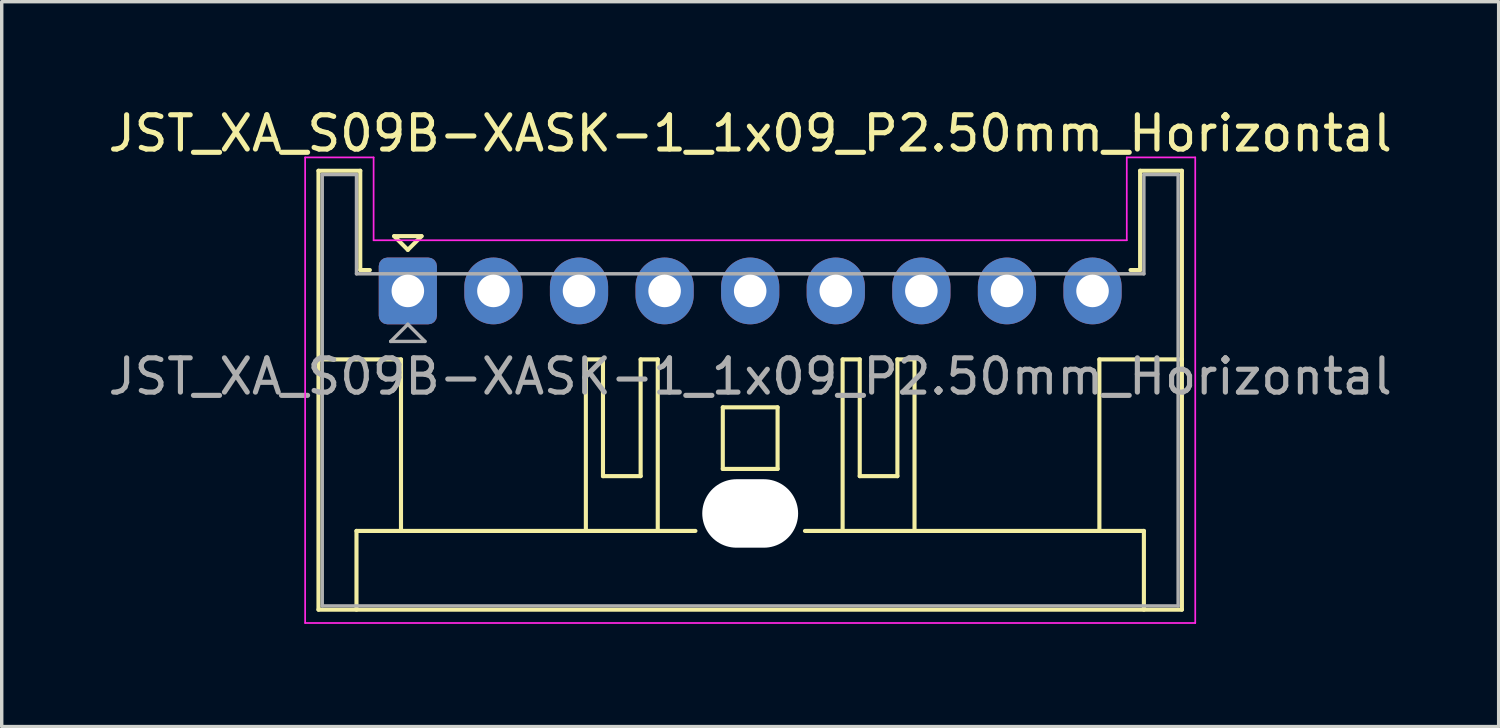
<source format=kicad_pcb>
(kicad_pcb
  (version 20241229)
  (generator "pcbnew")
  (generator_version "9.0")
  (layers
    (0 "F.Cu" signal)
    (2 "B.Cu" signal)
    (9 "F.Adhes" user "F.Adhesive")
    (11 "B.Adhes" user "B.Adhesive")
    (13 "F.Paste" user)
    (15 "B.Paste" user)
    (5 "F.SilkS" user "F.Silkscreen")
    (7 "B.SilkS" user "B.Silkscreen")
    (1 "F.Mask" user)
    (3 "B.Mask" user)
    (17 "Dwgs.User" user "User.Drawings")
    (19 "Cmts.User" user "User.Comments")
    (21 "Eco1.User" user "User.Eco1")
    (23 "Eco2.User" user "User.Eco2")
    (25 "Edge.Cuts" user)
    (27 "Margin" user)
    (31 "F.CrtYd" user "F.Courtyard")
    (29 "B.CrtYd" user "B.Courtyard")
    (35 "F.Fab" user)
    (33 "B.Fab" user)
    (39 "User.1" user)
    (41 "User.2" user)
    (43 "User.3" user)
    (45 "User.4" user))
  (footprint "JST_XA_S09B-XASK-1_1x09_P2.50mm_Horizontal"
    (layer "F.Cu")
    (at 8.863 5.448)
    (property "Reference" "JST_XA_S09B-XASK-1_1x09_P2.50mm_Horizontal" (at 10 -4.6 0) (layer "F.SilkS") (effects (font (size 1 1) (thickness 0.15))))
    (attr through_hole)
    (fp_line (start -2.61 -3.51) (end -2.61 9.31) (stroke (width 0.12) (type solid)) (layer "F.SilkS"))
    (fp_line (start -2.61 9.31) (end 22.61 9.31) (stroke (width 0.12) (type solid)) (layer "F.SilkS"))
    (fp_line (start -1.5 7.01) (end 8.4 7.01) (stroke (width 0.12) (type solid)) (layer "F.SilkS"))
    (fp_line (start -1.5 9.31) (end -1.5 7.01) (stroke (width 0.12) (type solid)) (layer "F.SilkS"))
    (fp_line (start -1.39 -3.51) (end -2.61 -3.51) (stroke (width 0.12) (type solid)) (layer "F.SilkS"))
    (fp_line (start -1.39 -0.61) (end -1.39 -3.51) (stroke (width 0.12) (type solid)) (layer "F.SilkS"))
    (fp_line (start -1.11 -0.61) (end -1.39 -0.61) (stroke (width 0.12) (type solid)) (layer "F.SilkS"))
    (fp_line (start -0.4 -1.6) (end 0.4 -1.6) (stroke (width 0.12) (type solid)) (layer "F.SilkS"))
    (fp_line (start -0.2 2) (end -2.61 2) (stroke (width 0.12) (type solid)) (layer "F.SilkS"))
    (fp_line (start -0.2 7.01) (end -0.2 2) (stroke (width 0.12) (type solid)) (layer "F.SilkS"))
    (fp_line (start 0 -1.2) (end -0.4 -1.6) (stroke (width 0.12) (type solid)) (layer "F.SilkS"))
    (fp_line (start 0.4 -1.6) (end 0 -1.2) (stroke (width 0.12) (type solid)) (layer "F.SilkS"))
    (fp_line (start 5.2 2) (end 5.2 7.01) (stroke (width 0.12) (type solid)) (layer "F.SilkS"))
    (fp_line (start 5.7 2) (end 5.2 2) (stroke (width 0.12) (type solid)) (layer "F.SilkS"))
    (fp_line (start 5.7 5.41) (end 5.7 2) (stroke (width 0.12) (type solid)) (layer "F.SilkS"))
    (fp_line (start 6.8 2) (end 6.8 5.41) (stroke (width 0.12) (type solid)) (layer "F.SilkS"))
    (fp_line (start 6.8 5.41) (end 5.7 5.41) (stroke (width 0.12) (type solid)) (layer "F.SilkS"))
    (fp_line (start 7.3 2) (end 6.8 2) (stroke (width 0.12) (type solid)) (layer "F.SilkS"))
    (fp_line (start 7.3 7.01) (end 7.3 2) (stroke (width 0.12) (type solid)) (layer "F.SilkS"))
    (fp_line (start 9.2 3.4) (end 10.8 3.4) (stroke (width 0.12) (type solid)) (layer "F.SilkS"))
    (fp_line (start 9.2 5.2) (end 9.2 3.4) (stroke (width 0.12) (type solid)) (layer "F.SilkS"))
    (fp_line (start 10.8 3.4) (end 10.8 5.2) (stroke (width 0.12) (type solid)) (layer "F.SilkS"))
    (fp_line (start 10.8 5.2) (end 9.2 5.2) (stroke (width 0.12) (type solid)) (layer "F.SilkS"))
    (fp_line (start 11.6 7.01) (end 21.5 7.01) (stroke (width 0.12) (type solid)) (layer "F.SilkS"))
    (fp_line (start 12.7 2) (end 13.2 2) (stroke (width 0.12) (type solid)) (layer "F.SilkS"))
    (fp_line (start 12.7 7.01) (end 12.7 2) (stroke (width 0.12) (type solid)) (layer "F.SilkS"))
    (fp_line (start 13.2 2) (end 13.2 5.41) (stroke (width 0.12) (type solid)) (layer "F.SilkS"))
    (fp_line (start 13.2 5.41) (end 14.3 5.41) (stroke (width 0.12) (type solid)) (layer "F.SilkS"))
    (fp_line (start 14.3 2) (end 14.8 2) (stroke (width 0.12) (type solid)) (layer "F.SilkS"))
    (fp_line (start 14.3 5.41) (end 14.3 2) (stroke (width 0.12) (type solid)) (layer "F.SilkS"))
    (fp_line (start 14.8 2) (end 14.8 7.01) (stroke (width 0.12) (type solid)) (layer "F.SilkS"))
    (fp_line (start 20.2 2) (end 22.61 2) (stroke (width 0.12) (type solid)) (layer "F.SilkS"))
    (fp_line (start 20.2 7.01) (end 20.2 2) (stroke (width 0.12) (type solid)) (layer "F.SilkS"))
    (fp_line (start 21.39 -3.51) (end 21.39 -0.61) (stroke (width 0.12) (type solid)) (layer "F.SilkS"))
    (fp_line (start 21.39 -0.61) (end 21.11 -0.61) (stroke (width 0.12) (type solid)) (layer "F.SilkS"))
    (fp_line (start 21.5 7.01) (end 21.5 9.31) (stroke (width 0.12) (type solid)) (layer "F.SilkS"))
    (fp_line (start 22.61 -3.51) (end 21.39 -3.51) (stroke (width 0.12) (type solid)) (layer "F.SilkS"))
    (fp_line (start 22.61 9.31) (end 22.61 -3.51) (stroke (width 0.12) (type solid)) (layer "F.SilkS"))
    (fp_line (start -3 -3.9) (end -1 -3.9) (stroke (width 0.05) (type solid)) (layer "F.CrtYd"))
    (fp_line (start -3 9.7) (end -3 -3.9) (stroke (width 0.05) (type solid)) (layer "F.CrtYd"))
    (fp_line (start -1 -3.9) (end -1 -1.48) (stroke (width 0.05) (type solid)) (layer "F.CrtYd"))
    (fp_line (start -1 -1.48) (end 21 -1.48) (stroke (width 0.05) (type solid)) (layer "F.CrtYd"))
    (fp_line (start 21 -3.9) (end 23 -3.9) (stroke (width 0.05) (type solid)) (layer "F.CrtYd"))
    (fp_line (start 21 -1.48) (end 21 -3.9) (stroke (width 0.05) (type solid)) (layer "F.CrtYd"))
    (fp_line (start 23 -3.9) (end 23 9.7) (stroke (width 0.05) (type solid)) (layer "F.CrtYd"))
    (fp_line (start 23 9.7) (end -3 9.7) (stroke (width 0.05) (type solid)) (layer "F.CrtYd"))
    (fp_line (start -2.5 -3.4) (end -2.5 9.2) (stroke (width 0.1) (type solid)) (layer "F.Fab"))
    (fp_line (start -2.5 9.2) (end 22.5 9.2) (stroke (width 0.1) (type solid)) (layer "F.Fab"))
    (fp_line (start -1.5 -3.4) (end -2.5 -3.4) (stroke (width 0.1) (type solid)) (layer "F.Fab"))
    (fp_line (start -1.5 -0.5) (end -1.5 -3.4) (stroke (width 0.1) (type solid)) (layer "F.Fab"))
    (fp_line (start -0.5 1.475) (end 0.5 1.475) (stroke (width 0.1) (type solid)) (layer "F.Fab"))
    (fp_line (start 0 0.975) (end -0.5 1.475) (stroke (width 0.1) (type solid)) (layer "F.Fab"))
    (fp_line (start 0.5 1.475) (end 0 0.975) (stroke (width 0.1) (type solid)) (layer "F.Fab"))
    (fp_line (start 21.5 -3.4) (end 21.5 -0.5) (stroke (width 0.1) (type solid)) (layer "F.Fab"))
    (fp_line (start 21.5 -0.5) (end -1.5 -0.5) (stroke (width 0.1) (type solid)) (layer "F.Fab"))
    (fp_line (start 22.5 -3.4) (end 21.5 -3.4) (stroke (width 0.1) (type solid)) (layer "F.Fab"))
    (fp_line (start 22.5 9.2) (end 22.5 -3.4) (stroke (width 0.1) (type solid)) (layer "F.Fab"))
    (fp_text user "${REFERENCE}" (at 10 2.5 0) (layer "F.Fab") (effects (font (size 1 1) (thickness 0.15))))
    (pad "" np_thru_hole oval (at 10 6.5) (size 2.8 2) (drill oval 2.8 2) (layers "*.Cu" "*.Mask"))
    (pad "1" thru_hole roundrect (at 0 0) (size 1.7 1.95) (drill 0.95) (layers "*.Cu" "*.Mask") (roundrect_rratio 0.147))
    (pad "2" thru_hole oval (at 2.5 0) (size 1.7 1.95) (drill 0.95) (layers "*.Cu" "*.Mask"))
    (pad "3" thru_hole oval (at 5 0) (size 1.7 1.95) (drill 0.95) (layers "*.Cu" "*.Mask"))
    (pad "4" thru_hole oval (at 7.5 0) (size 1.7 1.95) (drill 0.95) (layers "*.Cu" "*.Mask"))
    (pad "5" thru_hole oval (at 10 0) (size 1.7 1.95) (drill 0.95) (layers "*.Cu" "*.Mask"))
    (pad "6" thru_hole oval (at 12.5 0) (size 1.7 1.95) (drill 0.95) (layers "*.Cu" "*.Mask"))
    (pad "7" thru_hole oval (at 15 0) (size 1.7 1.95) (drill 0.95) (layers "*.Cu" "*.Mask"))
    (pad "8" thru_hole oval (at 17.5 0) (size 1.7 1.95) (drill 0.95) (layers "*.Cu" "*.Mask"))
    (pad "9" thru_hole oval (at 20 0) (size 1.7 1.95) (drill 0.95) (layers "*.Cu" "*.Mask")))
  (gr_rect
    (start -3 -3)
    (end 40.726 18.173)
    (stroke (width 0.1) (type default))
    (fill no)
    (layer "Edge.Cuts")))
</source>
